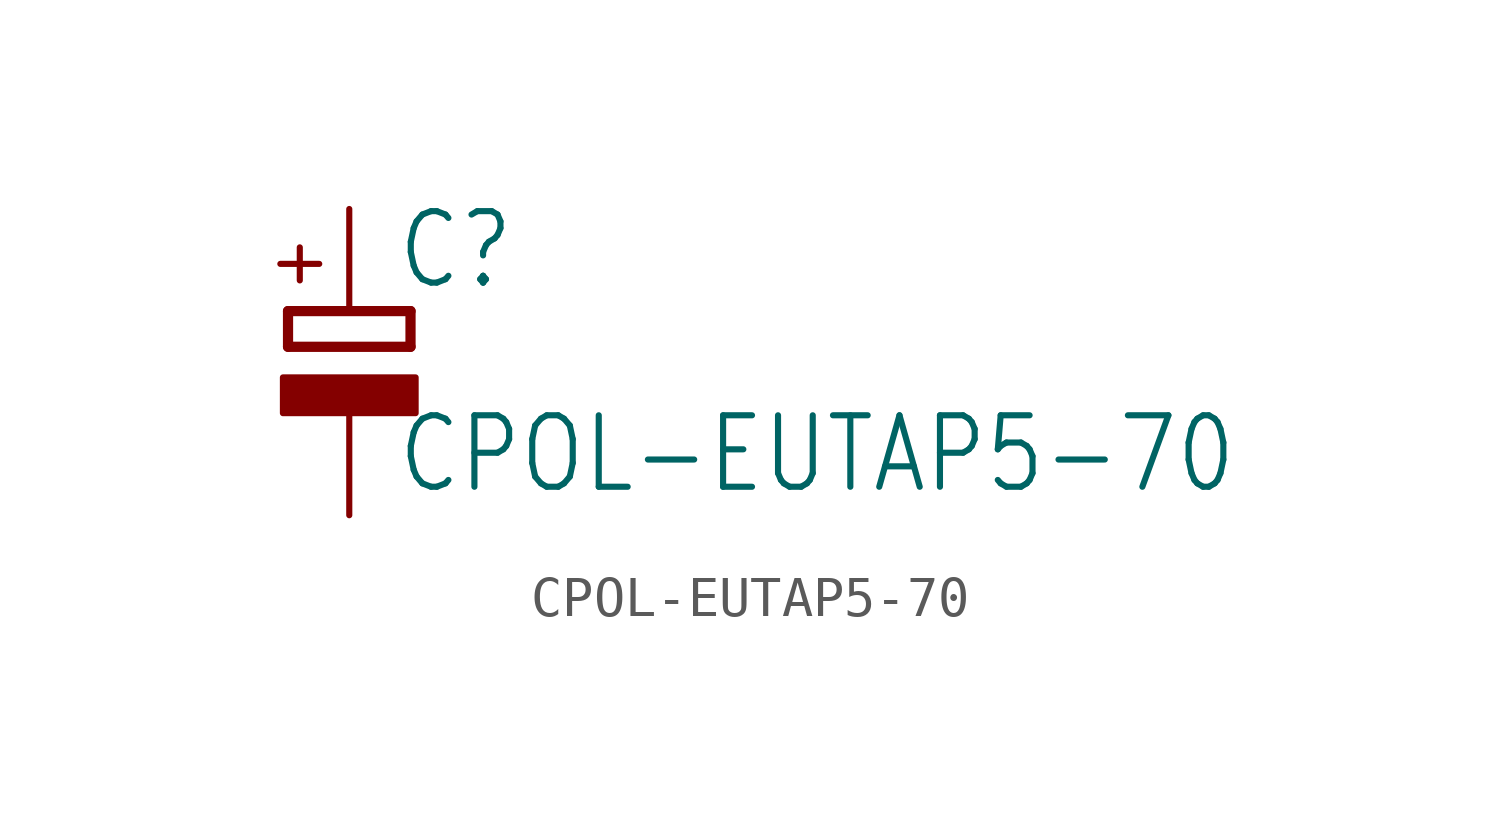
<source format=kicad_sym>
(kicad_symbol_lib
  (version 20211014)
  (generator kicad_symbol_editor)
  (symbol "CPOL-EUTAP5-70"
    (property "Reference" "C"
      (at 1.143 0.483 0)
      (effects (font (size 1.778 1.511)) (justify left bottom)))
    (property "Value" "CPOL-EUTAP5-70"
      (at 1.143 -4.597 0)
      (effects (font (size 1.778 1.511)) (justify left bottom)))
    (property "ki_locked" ""
      (at 0 0 0)
      (effects (font (size 1.27 1.27))))
    (symbol "CPOL-EUTAP5-70_1_0"
      (rectangle (start -1.651 -2.54) (end 1.651 -1.651) (stroke (width 0) (type default) (color 0 0 0 0)) (fill (type outline)))
      (polyline (pts (xy -1.524 -0.889) (xy 1.524 -0.889)) (stroke (width 0.254) (type default) (color 0 0 0 0)) (fill (type none)))
      (polyline (pts (xy -1.524 0) (xy -1.524 -0.889)) (stroke (width 0.254) (type default) (color 0 0 0 0)) (fill (type none)))
      (polyline (pts (xy -1.524 0) (xy 1.524 0)) (stroke (width 0.254) (type default) (color 0 0 0 0)) (fill (type none)))
      (polyline (pts (xy 1.524 -0.889) (xy 1.524 0)) (stroke (width 0.254) (type default) (color 0 0 0 0)) (fill (type none)))
      (text "+" (at -0.584 0.406 900) (effects (font (size 1.27 1.079)) (justify left bottom)))
      (pin passive line (at 0 2.54 270) (length 2.54) (name "+" (effects (font (size 0 0)))) (number "+" (effects (font (size 0 0)))))
      (pin passive line (at 0 -5.08 90) (length 2.54) (name "-" (effects (font (size 0 0)))) (number "-" (effects (font (size 0 0))))))))
</source>
